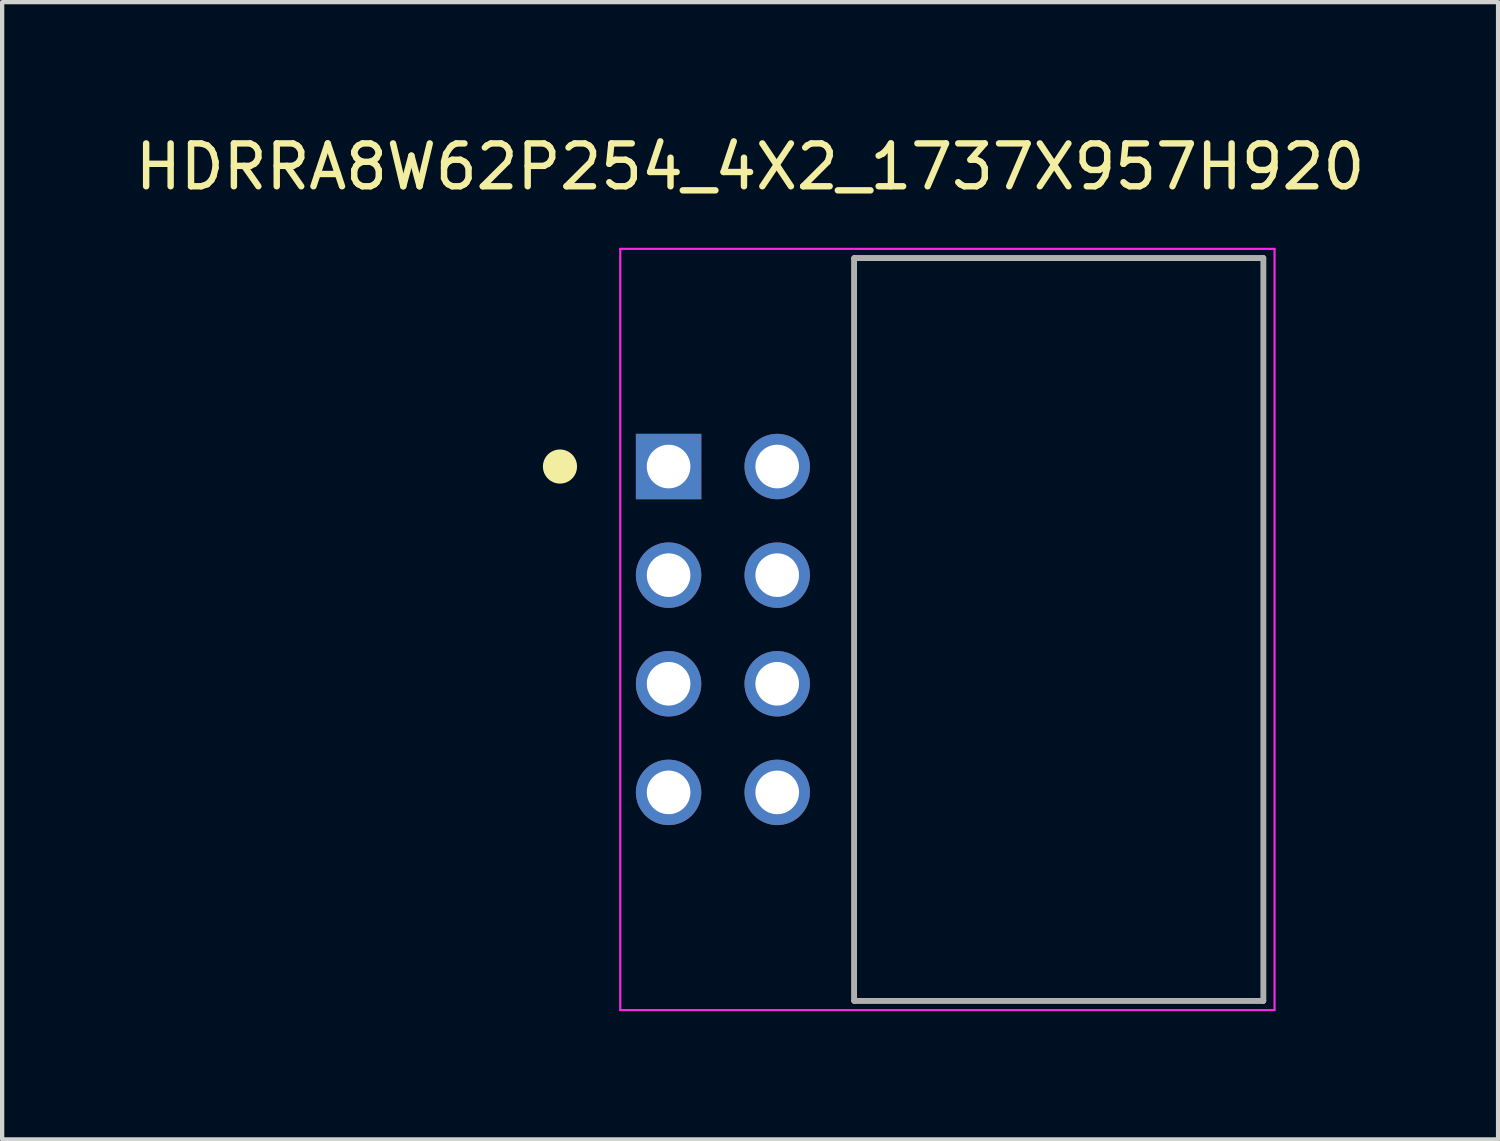
<source format=kicad_pcb>
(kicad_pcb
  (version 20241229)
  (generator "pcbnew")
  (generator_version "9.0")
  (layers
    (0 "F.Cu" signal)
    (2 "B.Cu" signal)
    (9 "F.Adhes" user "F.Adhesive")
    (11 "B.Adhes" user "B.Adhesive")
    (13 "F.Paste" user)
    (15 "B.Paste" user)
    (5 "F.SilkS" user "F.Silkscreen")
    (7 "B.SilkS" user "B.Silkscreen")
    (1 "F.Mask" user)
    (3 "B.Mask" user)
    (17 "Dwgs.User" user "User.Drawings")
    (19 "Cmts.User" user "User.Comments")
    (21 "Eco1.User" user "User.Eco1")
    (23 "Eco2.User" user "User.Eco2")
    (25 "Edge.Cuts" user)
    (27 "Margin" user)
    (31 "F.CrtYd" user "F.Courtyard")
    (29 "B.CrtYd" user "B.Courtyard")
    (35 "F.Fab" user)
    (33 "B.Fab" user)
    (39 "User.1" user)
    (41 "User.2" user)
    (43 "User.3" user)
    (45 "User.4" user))
  (footprint "HDRRA8W62P254_4X2_1737X957H920"
    (layer "F.Cu")
    (at 13.855 11.67)
    (property "Reference" "HDRRA8W62P254_4X2_1737X957H920" (at 0.636 -10.82 0) (layer "F.SilkS") (effects (font (size 1.002 1.002) (thickness 0.15))))
    (attr through_hole)
    (fp_line (start 3.07 -8.685) (end 12.64 -8.685) (stroke (width 0.127) (type solid)) (layer "F.SilkS"))
    (fp_line (start 3.07 8.685) (end 3.07 -8.685) (stroke (width 0.127) (type solid)) (layer "F.SilkS"))
    (fp_line (start 12.64 -8.685) (end 12.64 8.685) (stroke (width 0.127) (type solid)) (layer "F.SilkS"))
    (fp_line (start 12.64 8.685) (end 3.07 8.685) (stroke (width 0.127) (type solid)) (layer "F.SilkS"))
    (fp_circle (center -3.81 -3.81) (end -3.61 -3.81) (stroke (width 0.4) (type solid)) (fill no) (layer "F.SilkS"))
    (fp_line (start -2.4 -8.9) (end 12.9 -8.9) (stroke (width 0.05) (type solid)) (layer "F.CrtYd"))
    (fp_line (start -2.4 8.9) (end -2.4 -8.9) (stroke (width 0.05) (type solid)) (layer "F.CrtYd"))
    (fp_line (start 12.9 -8.9) (end 12.9 8.9) (stroke (width 0.05) (type solid)) (layer "F.CrtYd"))
    (fp_line (start 12.9 8.9) (end -2.4 8.9) (stroke (width 0.05) (type solid)) (layer "F.CrtYd"))
    (fp_line (start 3.07 -8.685) (end 12.64 -8.685) (stroke (width 0.127) (type solid)) (layer "F.Fab"))
    (fp_line (start 3.07 8.685) (end 3.07 -8.685) (stroke (width 0.127) (type solid)) (layer "F.Fab"))
    (fp_line (start 12.64 -8.685) (end 12.64 8.685) (stroke (width 0.127) (type solid)) (layer "F.Fab"))
    (fp_line (start 12.64 8.685) (end 3.07 8.685) (stroke (width 0.127) (type solid)) (layer "F.Fab"))
    (pad "1" thru_hole rect (at -1.27 -3.81) (size 1.53 1.53) (drill 1.02) (layers "*.Cu" "*.Mask"))
    (pad "2" thru_hole circle (at 1.27 -3.81) (size 1.53 1.53) (drill 1.02) (layers "*.Cu" "*.Mask"))
    (pad "3" thru_hole circle (at -1.27 -1.27) (size 1.53 1.53) (drill 1.02) (layers "*.Cu" "*.Mask"))
    (pad "4" thru_hole circle (at 1.27 -1.27) (size 1.53 1.53) (drill 1.02) (layers "*.Cu" "*.Mask"))
    (pad "5" thru_hole circle (at -1.27 1.27) (size 1.53 1.53) (drill 1.02) (layers "*.Cu" "*.Mask"))
    (pad "6" thru_hole circle (at 1.27 1.27) (size 1.53 1.53) (drill 1.02) (layers "*.Cu" "*.Mask"))
    (pad "7" thru_hole circle (at -1.27 3.81) (size 1.53 1.53) (drill 1.02) (layers "*.Cu" "*.Mask"))
    (pad "8" thru_hole circle (at 1.27 3.81) (size 1.53 1.53) (drill 1.02) (layers "*.Cu" "*.Mask")))
  (gr_rect
    (start -3 -3)
    (end 31.982 23.595)
    (stroke (width 0.1) (type default))
    (fill no)
    (layer "Edge.Cuts")))
</source>
